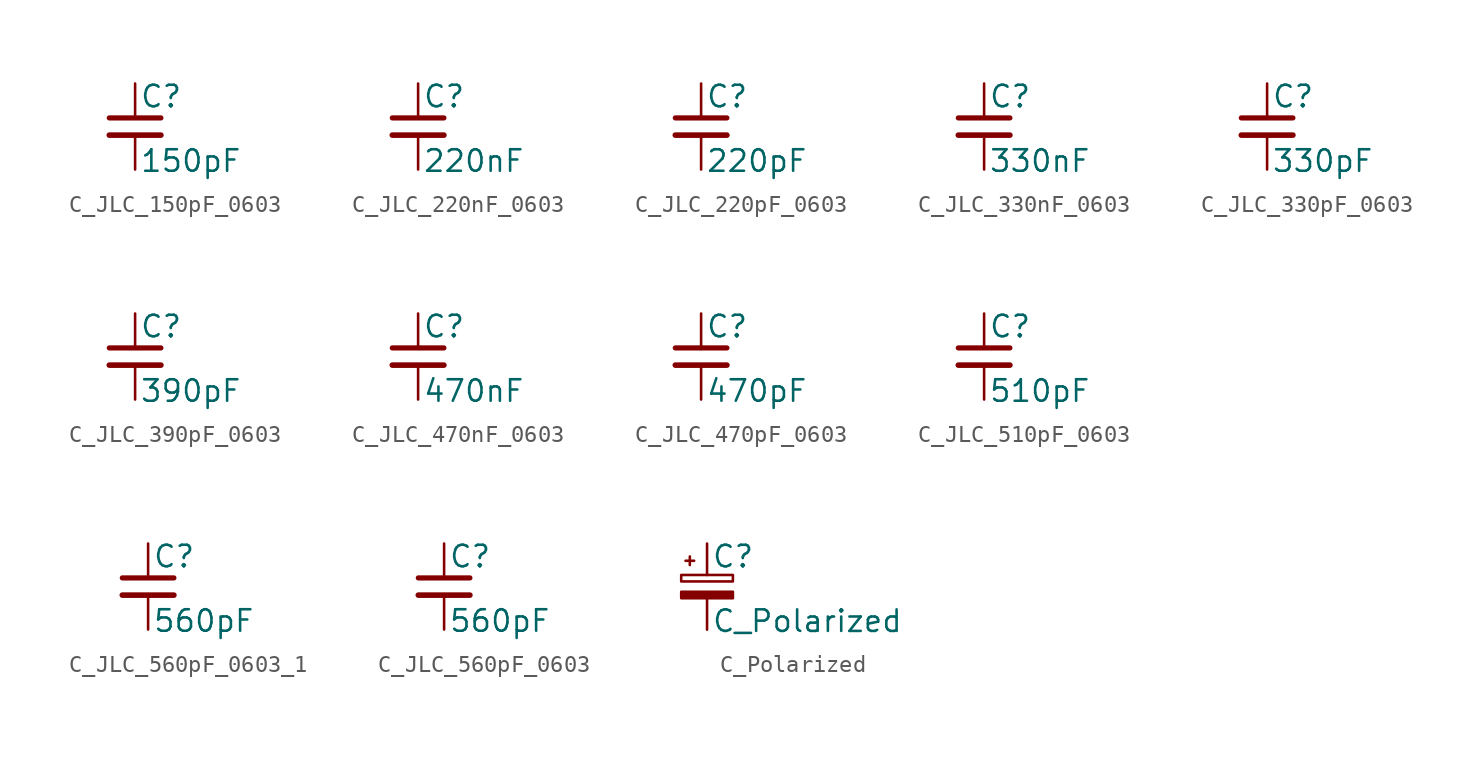
<source format=kicad_sym>
(kicad_symbol_lib
  (version 20231120)
  (generator "kicad_symbol_editor")
  (generator_version "8.0")
  (symbol "C_JLC_150pF_0603"
    (pin_numbers hide)
    (pin_names
      (offset 0.254) hide)
    (property "Reference" "C"
      (at 0.254 1.778 0)
      (effects (font (size 1.27 1.27)) (justify left)))
    (property "Value" "150pF"
      (at 0.254 -2.032 0)
      (effects (font (size 1.27 1.27)) (justify left)))
    (symbol "C_JLC_150pF_0603_0_1"
      (polyline (pts (xy -1.524 -0.508) (xy 1.524 -0.508)) (stroke (width 0.33) (type default)) (fill (type none)))
      (polyline (pts (xy -1.524 0.508) (xy 1.524 0.508)) (stroke (width 0.305) (type default)) (fill (type none))))
    (symbol "C_JLC_150pF_0603_1_1"
      (pin passive line (at 0 2.54 270) (length 2.032) (name "~" (effects (font (size 1.27 1.27)))) (number "1" (effects (font (size 1.27 1.27)))))
      (pin passive line (at 0 -2.54 90) (length 2.032) (name "~" (effects (font (size 1.27 1.27)))) (number "2" (effects (font (size 1.27 1.27)))))))
  (symbol "C_JLC_220nF_0603"
    (pin_numbers hide)
    (pin_names
      (offset 0.254) hide)
    (property "Reference" "C"
      (at 0.254 1.778 0)
      (effects (font (size 1.27 1.27)) (justify left)))
    (property "Value" "220nF"
      (at 0.254 -2.032 0)
      (effects (font (size 1.27 1.27)) (justify left)))
    (symbol "C_JLC_220nF_0603_0_1"
      (polyline (pts (xy -1.524 -0.508) (xy 1.524 -0.508)) (stroke (width 0.33) (type default)) (fill (type none)))
      (polyline (pts (xy -1.524 0.508) (xy 1.524 0.508)) (stroke (width 0.305) (type default)) (fill (type none))))
    (symbol "C_JLC_220nF_0603_1_1"
      (pin passive line (at 0 2.54 270) (length 2.032) (name "~" (effects (font (size 1.27 1.27)))) (number "1" (effects (font (size 1.27 1.27)))))
      (pin passive line (at 0 -2.54 90) (length 2.032) (name "~" (effects (font (size 1.27 1.27)))) (number "2" (effects (font (size 1.27 1.27)))))))
  (symbol "C_JLC_220pF_0603"
    (pin_numbers hide)
    (pin_names
      (offset 0.254) hide)
    (property "Reference" "C"
      (at 0.254 1.778 0)
      (effects (font (size 1.27 1.27)) (justify left)))
    (property "Value" "220pF"
      (at 0.254 -2.032 0)
      (effects (font (size 1.27 1.27)) (justify left)))
    (symbol "C_JLC_220pF_0603_0_1"
      (polyline (pts (xy -1.524 -0.508) (xy 1.524 -0.508)) (stroke (width 0.33) (type default)) (fill (type none)))
      (polyline (pts (xy -1.524 0.508) (xy 1.524 0.508)) (stroke (width 0.305) (type default)) (fill (type none))))
    (symbol "C_JLC_220pF_0603_1_1"
      (pin passive line (at 0 2.54 270) (length 2.032) (name "~" (effects (font (size 1.27 1.27)))) (number "1" (effects (font (size 1.27 1.27)))))
      (pin passive line (at 0 -2.54 90) (length 2.032) (name "~" (effects (font (size 1.27 1.27)))) (number "2" (effects (font (size 1.27 1.27)))))))
  (symbol "C_JLC_330nF_0603"
    (pin_numbers hide)
    (pin_names
      (offset 0.254) hide)
    (property "Reference" "C"
      (at 0.254 1.778 0)
      (effects (font (size 1.27 1.27)) (justify left)))
    (property "Value" "330nF"
      (at 0.254 -2.032 0)
      (effects (font (size 1.27 1.27)) (justify left)))
    (symbol "C_JLC_330nF_0603_0_1"
      (polyline (pts (xy -1.524 -0.508) (xy 1.524 -0.508)) (stroke (width 0.33) (type default)) (fill (type none)))
      (polyline (pts (xy -1.524 0.508) (xy 1.524 0.508)) (stroke (width 0.305) (type default)) (fill (type none))))
    (symbol "C_JLC_330nF_0603_1_1"
      (pin passive line (at 0 2.54 270) (length 2.032) (name "~" (effects (font (size 1.27 1.27)))) (number "1" (effects (font (size 1.27 1.27)))))
      (pin passive line (at 0 -2.54 90) (length 2.032) (name "~" (effects (font (size 1.27 1.27)))) (number "2" (effects (font (size 1.27 1.27)))))))
  (symbol "C_JLC_330pF_0603"
    (pin_numbers hide)
    (pin_names
      (offset 0.254) hide)
    (property "Reference" "C"
      (at 0.254 1.778 0)
      (effects (font (size 1.27 1.27)) (justify left)))
    (property "Value" "330pF"
      (at 0.254 -2.032 0)
      (effects (font (size 1.27 1.27)) (justify left)))
    (symbol "C_JLC_330pF_0603_0_1"
      (polyline (pts (xy -1.524 -0.508) (xy 1.524 -0.508)) (stroke (width 0.33) (type default)) (fill (type none)))
      (polyline (pts (xy -1.524 0.508) (xy 1.524 0.508)) (stroke (width 0.305) (type default)) (fill (type none))))
    (symbol "C_JLC_330pF_0603_1_1"
      (pin passive line (at 0 2.54 270) (length 2.032) (name "~" (effects (font (size 1.27 1.27)))) (number "1" (effects (font (size 1.27 1.27)))))
      (pin passive line (at 0 -2.54 90) (length 2.032) (name "~" (effects (font (size 1.27 1.27)))) (number "2" (effects (font (size 1.27 1.27)))))))
  (symbol "C_JLC_390pF_0603"
    (pin_numbers hide)
    (pin_names
      (offset 0.254) hide)
    (property "Reference" "C"
      (at 0.254 1.778 0)
      (effects (font (size 1.27 1.27)) (justify left)))
    (property "Value" "390pF"
      (at 0.254 -2.032 0)
      (effects (font (size 1.27 1.27)) (justify left)))
    (symbol "C_JLC_390pF_0603_0_1"
      (polyline (pts (xy -1.524 -0.508) (xy 1.524 -0.508)) (stroke (width 0.33) (type default)) (fill (type none)))
      (polyline (pts (xy -1.524 0.508) (xy 1.524 0.508)) (stroke (width 0.305) (type default)) (fill (type none))))
    (symbol "C_JLC_390pF_0603_1_1"
      (pin passive line (at 0 2.54 270) (length 2.032) (name "~" (effects (font (size 1.27 1.27)))) (number "1" (effects (font (size 1.27 1.27)))))
      (pin passive line (at 0 -2.54 90) (length 2.032) (name "~" (effects (font (size 1.27 1.27)))) (number "2" (effects (font (size 1.27 1.27)))))))
  (symbol "C_JLC_470nF_0603"
    (pin_numbers hide)
    (pin_names
      (offset 0.254) hide)
    (property "Reference" "C"
      (at 0.254 1.778 0)
      (effects (font (size 1.27 1.27)) (justify left)))
    (property "Value" "470nF"
      (at 0.254 -2.032 0)
      (effects (font (size 1.27 1.27)) (justify left)))
    (symbol "C_JLC_470nF_0603_0_1"
      (polyline (pts (xy -1.524 -0.508) (xy 1.524 -0.508)) (stroke (width 0.33) (type default)) (fill (type none)))
      (polyline (pts (xy -1.524 0.508) (xy 1.524 0.508)) (stroke (width 0.305) (type default)) (fill (type none))))
    (symbol "C_JLC_470nF_0603_1_1"
      (pin passive line (at 0 2.54 270) (length 2.032) (name "~" (effects (font (size 1.27 1.27)))) (number "1" (effects (font (size 1.27 1.27)))))
      (pin passive line (at 0 -2.54 90) (length 2.032) (name "~" (effects (font (size 1.27 1.27)))) (number "2" (effects (font (size 1.27 1.27)))))))
  (symbol "C_JLC_470pF_0603"
    (pin_numbers hide)
    (pin_names
      (offset 0.254) hide)
    (property "Reference" "C"
      (at 0.254 1.778 0)
      (effects (font (size 1.27 1.27)) (justify left)))
    (property "Value" "470pF"
      (at 0.254 -2.032 0)
      (effects (font (size 1.27 1.27)) (justify left)))
    (symbol "C_JLC_470pF_0603_0_1"
      (polyline (pts (xy -1.524 -0.508) (xy 1.524 -0.508)) (stroke (width 0.33) (type default)) (fill (type none)))
      (polyline (pts (xy -1.524 0.508) (xy 1.524 0.508)) (stroke (width 0.305) (type default)) (fill (type none))))
    (symbol "C_JLC_470pF_0603_1_1"
      (pin passive line (at 0 2.54 270) (length 2.032) (name "~" (effects (font (size 1.27 1.27)))) (number "1" (effects (font (size 1.27 1.27)))))
      (pin passive line (at 0 -2.54 90) (length 2.032) (name "~" (effects (font (size 1.27 1.27)))) (number "2" (effects (font (size 1.27 1.27)))))))
  (symbol "C_JLC_510pF_0603"
    (pin_numbers hide)
    (pin_names
      (offset 0.254) hide)
    (property "Reference" "C"
      (at 0.254 1.778 0)
      (effects (font (size 1.27 1.27)) (justify left)))
    (property "Value" "510pF"
      (at 0.254 -2.032 0)
      (effects (font (size 1.27 1.27)) (justify left)))
    (symbol "C_JLC_510pF_0603_0_1"
      (polyline (pts (xy -1.524 -0.508) (xy 1.524 -0.508)) (stroke (width 0.33) (type default)) (fill (type none)))
      (polyline (pts (xy -1.524 0.508) (xy 1.524 0.508)) (stroke (width 0.305) (type default)) (fill (type none))))
    (symbol "C_JLC_510pF_0603_1_1"
      (pin passive line (at 0 2.54 270) (length 2.032) (name "~" (effects (font (size 1.27 1.27)))) (number "1" (effects (font (size 1.27 1.27)))))
      (pin passive line (at 0 -2.54 90) (length 2.032) (name "~" (effects (font (size 1.27 1.27)))) (number "2" (effects (font (size 1.27 1.27)))))))
  (symbol "C_JLC_560pF_0603_1"
    (pin_numbers hide)
    (pin_names
      (offset 0.254) hide)
    (property "Reference" "C"
      (at 0.254 1.778 0)
      (effects (font (size 1.27 1.27)) (justify left)))
    (property "Value" "560pF"
      (at 0.254 -2.032 0)
      (effects (font (size 1.27 1.27)) (justify left)))
    (symbol "C_JLC_560pF_0603_1_0_1"
      (polyline (pts (xy -1.524 -0.508) (xy 1.524 -0.508)) (stroke (width 0.33) (type default)) (fill (type none)))
      (polyline (pts (xy -1.524 0.508) (xy 1.524 0.508)) (stroke (width 0.305) (type default)) (fill (type none))))
    (symbol "C_JLC_560pF_0603_1_1_1"
      (pin passive line (at 0 2.54 270) (length 2.032) (name "~" (effects (font (size 1.27 1.27)))) (number "1" (effects (font (size 1.27 1.27)))))
      (pin passive line (at 0 -2.54 90) (length 2.032) (name "~" (effects (font (size 1.27 1.27)))) (number "2" (effects (font (size 1.27 1.27)))))))
  (symbol "C_JLC_560pF_0603"
    (pin_numbers hide)
    (pin_names
      (offset 0.254) hide)
    (property "Reference" "C"
      (at 0.254 1.778 0)
      (effects (font (size 1.27 1.27)) (justify left)))
    (property "Value" "560pF"
      (at 0.254 -2.032 0)
      (effects (font (size 1.27 1.27)) (justify left)))
    (symbol "C_JLC_560pF_0603_0_1"
      (polyline (pts (xy -1.524 -0.508) (xy 1.524 -0.508)) (stroke (width 0.33) (type default)) (fill (type none)))
      (polyline (pts (xy -1.524 0.508) (xy 1.524 0.508)) (stroke (width 0.305) (type default)) (fill (type none))))
    (symbol "C_JLC_560pF_0603_1_1"
      (pin passive line (at 0 2.54 270) (length 2.032) (name "~" (effects (font (size 1.27 1.27)))) (number "1" (effects (font (size 1.27 1.27)))))
      (pin passive line (at 0 -2.54 90) (length 2.032) (name "~" (effects (font (size 1.27 1.27)))) (number "2" (effects (font (size 1.27 1.27)))))))
  (symbol "C_Polarized"
    (pin_numbers hide)
    (pin_names
      (offset 0.254) hide)
    (property "Reference" "C"
      (at 0.254 1.778 0)
      (effects (font (size 1.27 1.27)) (justify left)))
    (property "Value" "C_Polarized"
      (at 0.254 -2.032 0)
      (effects (font (size 1.27 1.27)) (justify left)))
    (symbol "C_Polarized_0_1"
      (rectangle (start -1.524 -0.305) (end 1.524 -0.686) (stroke (width 0) (type default)) (fill (type outline)))
      (rectangle (start -1.524 0.686) (end 1.524 0.305) (stroke (width 0) (type default)) (fill (type none)))
      (polyline (pts (xy -1.27 1.524) (xy -0.762 1.524)) (stroke (width 0) (type default)) (fill (type none)))
      (polyline (pts (xy -1.016 1.27) (xy -1.016 1.778)) (stroke (width 0) (type default)) (fill (type none))))
    (symbol "C_Polarized_1_1"
      (pin passive line (at 0 2.54 270) (length 1.854) (name "~" (effects (font (size 1.27 1.27)))) (number "1" (effects (font (size 1.27 1.27)))))
      (pin passive line (at 0 -2.54 90) (length 1.854) (name "~" (effects (font (size 1.27 1.27)))) (number "2" (effects (font (size 1.27 1.27))))))))
</source>
